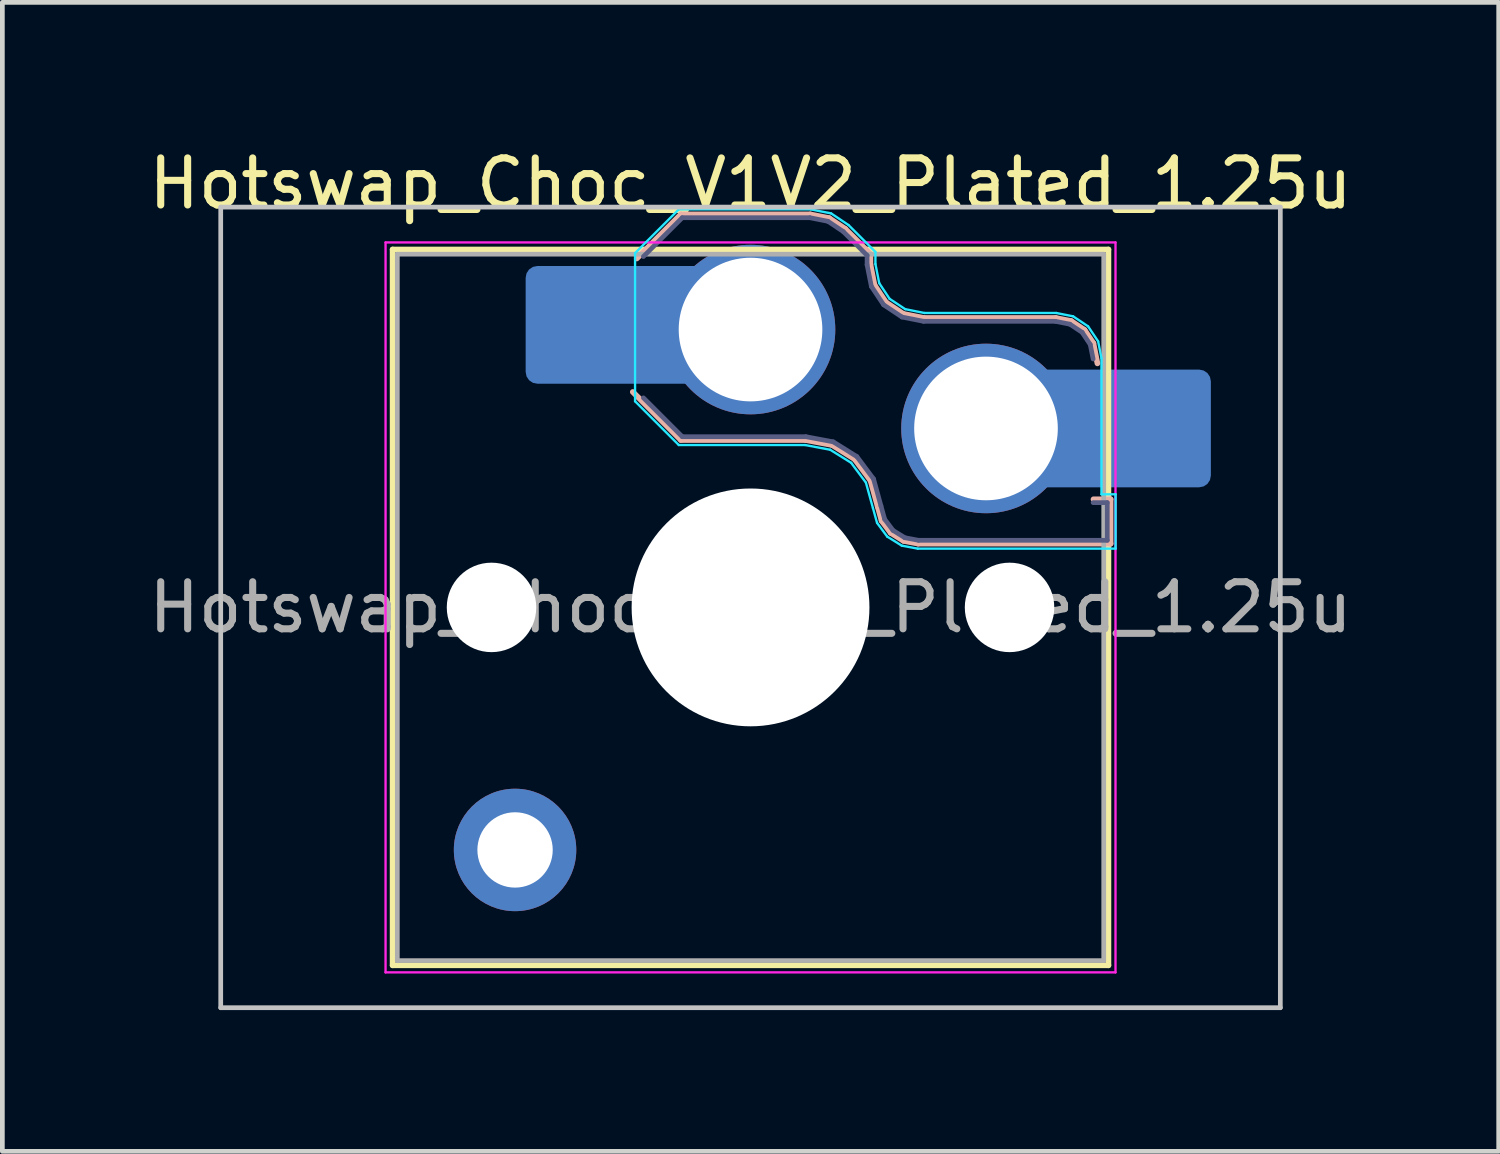
<source format=kicad_pcb>
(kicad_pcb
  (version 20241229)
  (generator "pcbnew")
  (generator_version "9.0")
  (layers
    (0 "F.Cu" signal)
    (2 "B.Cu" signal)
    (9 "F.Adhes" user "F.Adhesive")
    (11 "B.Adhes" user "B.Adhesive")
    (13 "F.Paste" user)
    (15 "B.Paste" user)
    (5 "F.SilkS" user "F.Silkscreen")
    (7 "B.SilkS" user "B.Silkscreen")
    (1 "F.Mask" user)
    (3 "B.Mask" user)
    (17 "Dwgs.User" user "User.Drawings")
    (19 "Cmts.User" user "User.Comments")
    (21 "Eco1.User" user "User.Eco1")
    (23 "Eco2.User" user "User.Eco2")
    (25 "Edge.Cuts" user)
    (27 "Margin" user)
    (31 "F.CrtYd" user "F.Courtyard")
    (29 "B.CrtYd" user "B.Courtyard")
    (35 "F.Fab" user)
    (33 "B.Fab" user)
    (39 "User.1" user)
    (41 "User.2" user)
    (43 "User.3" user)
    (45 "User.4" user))
  (footprint "Hotswap_Choc_V1V2_Plated_1.25u"
    (layer "F.Cu")
    (at 12.887 9.848)
    (property "Reference" "Hotswap_Choc_V1V2_Plated_1.25u" (at 0 -9 0) (layer "F.SilkS") (effects (font (size 1 1) (thickness 0.15))))
    (attr smd)
    (fp_line (start -7.6 -7.6) (end -7.6 7.6) (stroke (width 0.12) (type solid)) (layer "F.SilkS"))
    (fp_line (start -7.6 7.6) (end 7.6 7.6) (stroke (width 0.12) (type solid)) (layer "F.SilkS"))
    (fp_line (start 7.6 -7.6) (end -7.6 -7.6) (stroke (width 0.12) (type solid)) (layer "F.SilkS"))
    (fp_line (start 7.6 7.6) (end 7.6 -7.6) (stroke (width 0.12) (type solid)) (layer "F.SilkS"))
    (fp_line (start -2.416 -7.409) (end -1.479 -8.346) (stroke (width 0.12) (type solid)) (layer "B.SilkS"))
    (fp_line (start -1.479 -8.346) (end 1.268 -8.346) (stroke (width 0.12) (type solid)) (layer "B.SilkS"))
    (fp_line (start -1.479 -3.554) (end -2.5 -4.575) (stroke (width 0.12) (type solid)) (layer "B.SilkS"))
    (fp_line (start 1.168 -3.554) (end -1.479 -3.554) (stroke (width 0.12) (type solid)) (layer "B.SilkS"))
    (fp_line (start 1.268 -8.346) (end 1.671 -8.266) (stroke (width 0.12) (type solid)) (layer "B.SilkS"))
    (fp_line (start 1.671 -8.266) (end 2.013 -8.037) (stroke (width 0.12) (type solid)) (layer "B.SilkS"))
    (fp_line (start 1.73 -3.449) (end 1.168 -3.554) (stroke (width 0.12) (type solid)) (layer "B.SilkS"))
    (fp_line (start 2.013 -8.037) (end 2.546 -7.504) (stroke (width 0.12) (type solid)) (layer "B.SilkS"))
    (fp_line (start 2.209 -3.15) (end 1.73 -3.449) (stroke (width 0.12) (type solid)) (layer "B.SilkS"))
    (fp_line (start 2.546 -7.504) (end 2.546 -7.282) (stroke (width 0.12) (type solid)) (layer "B.SilkS"))
    (fp_line (start 2.546 -7.282) (end 2.633 -6.844) (stroke (width 0.12) (type solid)) (layer "B.SilkS"))
    (fp_line (start 2.547 -2.697) (end 2.209 -3.15) (stroke (width 0.12) (type solid)) (layer "B.SilkS"))
    (fp_line (start 2.633 -6.844) (end 2.877 -6.477) (stroke (width 0.12) (type solid)) (layer "B.SilkS"))
    (fp_line (start 2.701 -2.139) (end 2.547 -2.697) (stroke (width 0.12) (type solid)) (layer "B.SilkS"))
    (fp_line (start 2.783 -1.841) (end 2.701 -2.139) (stroke (width 0.12) (type solid)) (layer "B.SilkS"))
    (fp_line (start 2.877 -6.477) (end 3.244 -6.233) (stroke (width 0.12) (type solid)) (layer "B.SilkS"))
    (fp_line (start 2.976 -1.583) (end 2.783 -1.841) (stroke (width 0.12) (type solid)) (layer "B.SilkS"))
    (fp_line (start 3.244 -6.233) (end 3.682 -6.146) (stroke (width 0.12) (type solid)) (layer "B.SilkS"))
    (fp_line (start 3.25 -1.413) (end 2.976 -1.583) (stroke (width 0.12) (type solid)) (layer "B.SilkS"))
    (fp_line (start 3.56 -1.354) (end 3.25 -1.413) (stroke (width 0.12) (type solid)) (layer "B.SilkS"))
    (fp_line (start 3.682 -6.146) (end 6.482 -6.146) (stroke (width 0.12) (type solid)) (layer "B.SilkS"))
    (fp_line (start 6.482 -6.146) (end 6.809 -6.081) (stroke (width 0.12) (type solid)) (layer "B.SilkS"))
    (fp_line (start 6.809 -6.081) (end 7.092 -5.892) (stroke (width 0.12) (type solid)) (layer "B.SilkS"))
    (fp_line (start 7.092 -5.892) (end 7.281 -5.609) (stroke (width 0.12) (type solid)) (layer "B.SilkS"))
    (fp_line (start 7.281 -5.609) (end 7.366 -5.182) (stroke (width 0.12) (type solid)) (layer "B.SilkS"))
    (fp_line (start 7.283 -2.296) (end 7.646 -2.296) (stroke (width 0.12) (type solid)) (layer "B.SilkS"))
    (fp_line (start 7.646 -2.296) (end 7.646 -1.354) (stroke (width 0.12) (type solid)) (layer "B.SilkS"))
    (fp_line (start 7.646 -1.354) (end 3.56 -1.354) (stroke (width 0.12) (type solid)) (layer "B.SilkS"))
    (fp_line (start -11.25 -8.5) (end -11.25 8.5) (stroke (width 0.1) (type solid)) (layer "Dwgs.User"))
    (fp_line (start -11.25 8.5) (end 11.25 8.5) (stroke (width 0.1) (type solid)) (layer "Dwgs.User"))
    (fp_line (start 11.25 -8.5) (end -11.25 -8.5) (stroke (width 0.1) (type solid)) (layer "Dwgs.User"))
    (fp_line (start 11.25 8.5) (end 11.25 -8.5) (stroke (width 0.1) (type solid)) (layer "Dwgs.User"))
    (fp_line (start -7.25 -7.25) (end -7.25 7.25) (stroke (width 0.1) (type solid)) (layer "Eco1.User"))
    (fp_line (start -7.25 7.25) (end 7.25 7.25) (stroke (width 0.1) (type solid)) (layer "Eco1.User"))
    (fp_line (start 7.25 -7.25) (end -7.25 -7.25) (stroke (width 0.1) (type solid)) (layer "Eco1.User"))
    (fp_line (start 7.25 7.25) (end 7.25 -7.25) (stroke (width 0.1) (type solid)) (layer "Eco1.User"))
    (fp_line (start -2.452 -7.523) (end -1.523 -8.452) (stroke (width 0.05) (type solid)) (layer "B.CrtYd"))
    (fp_line (start -2.452 -4.377) (end -2.452 -7.523) (stroke (width 0.05) (type solid)) (layer "B.CrtYd"))
    (fp_line (start -1.523 -8.452) (end 1.278 -8.452) (stroke (width 0.05) (type solid)) (layer "B.CrtYd"))
    (fp_line (start -1.523 -3.448) (end -2.452 -4.377) (stroke (width 0.05) (type solid)) (layer "B.CrtYd"))
    (fp_line (start 1.159 -3.448) (end -1.523 -3.448) (stroke (width 0.05) (type solid)) (layer "B.CrtYd"))
    (fp_line (start 1.278 -8.452) (end 1.712 -8.366) (stroke (width 0.05) (type solid)) (layer "B.CrtYd"))
    (fp_line (start 1.691 -3.348) (end 1.159 -3.448) (stroke (width 0.05) (type solid)) (layer "B.CrtYd"))
    (fp_line (start 1.712 -8.366) (end 2.081 -8.119) (stroke (width 0.05) (type solid)) (layer "B.CrtYd"))
    (fp_line (start 2.081 -8.119) (end 2.652 -7.548) (stroke (width 0.05) (type solid)) (layer "B.CrtYd"))
    (fp_line (start 2.136 -3.071) (end 1.691 -3.348) (stroke (width 0.05) (type solid)) (layer "B.CrtYd"))
    (fp_line (start 2.45 -2.65) (end 2.136 -3.071) (stroke (width 0.05) (type solid)) (layer "B.CrtYd"))
    (fp_line (start 2.599 -2.111) (end 2.45 -2.65) (stroke (width 0.05) (type solid)) (layer "B.CrtYd"))
    (fp_line (start 2.652 -7.548) (end 2.652 -7.292) (stroke (width 0.05) (type solid)) (layer "B.CrtYd"))
    (fp_line (start 2.652 -7.292) (end 2.733 -6.885) (stroke (width 0.05) (type solid)) (layer "B.CrtYd"))
    (fp_line (start 2.687 -1.794) (end 2.599 -2.111) (stroke (width 0.05) (type solid)) (layer "B.CrtYd"))
    (fp_line (start 2.733 -6.885) (end 2.953 -6.553) (stroke (width 0.05) (type solid)) (layer "B.CrtYd"))
    (fp_line (start 2.903 -1.503) (end 2.687 -1.794) (stroke (width 0.05) (type solid)) (layer "B.CrtYd"))
    (fp_line (start 2.953 -6.553) (end 3.285 -6.333) (stroke (width 0.05) (type solid)) (layer "B.CrtYd"))
    (fp_line (start 3.211 -1.312) (end 2.903 -1.503) (stroke (width 0.05) (type solid)) (layer "B.CrtYd"))
    (fp_line (start 3.285 -6.333) (end 3.692 -6.252) (stroke (width 0.05) (type solid)) (layer "B.CrtYd"))
    (fp_line (start 3.55 -1.248) (end 3.211 -1.312) (stroke (width 0.05) (type solid)) (layer "B.CrtYd"))
    (fp_line (start 3.692 -6.252) (end 6.492 -6.252) (stroke (width 0.05) (type solid)) (layer "B.CrtYd"))
    (fp_line (start 6.492 -6.252) (end 6.85 -6.181) (stroke (width 0.05) (type solid)) (layer "B.CrtYd"))
    (fp_line (start 6.85 -6.181) (end 7.168 -5.968) (stroke (width 0.05) (type solid)) (layer "B.CrtYd"))
    (fp_line (start 7.168 -5.968) (end 7.381 -5.65) (stroke (width 0.05) (type solid)) (layer "B.CrtYd"))
    (fp_line (start 7.381 -5.65) (end 7.452 -5.292) (stroke (width 0.05) (type solid)) (layer "B.CrtYd"))
    (fp_line (start 7.452 -5.292) (end 7.452 -2.402) (stroke (width 0.05) (type solid)) (layer "B.CrtYd"))
    (fp_line (start 7.452 -2.402) (end 7.752 -2.402) (stroke (width 0.05) (type solid)) (layer "B.CrtYd"))
    (fp_line (start 7.752 -2.402) (end 7.752 -1.248) (stroke (width 0.05) (type solid)) (layer "B.CrtYd"))
    (fp_line (start 7.752 -1.248) (end 3.55 -1.248) (stroke (width 0.05) (type solid)) (layer "B.CrtYd"))
    (fp_line (start -7.75 -7.75) (end -7.75 7.75) (stroke (width 0.05) (type solid)) (layer "F.CrtYd"))
    (fp_line (start -7.75 7.75) (end 7.75 7.75) (stroke (width 0.05) (type solid)) (layer "F.CrtYd"))
    (fp_line (start 7.75 -7.75) (end -7.75 -7.75) (stroke (width 0.05) (type solid)) (layer "F.CrtYd"))
    (fp_line (start 7.75 7.75) (end 7.75 -7.75) (stroke (width 0.05) (type solid)) (layer "F.CrtYd"))
    (fp_line (start -2.275 -7.45) (end -1.45 -8.275) (stroke (width 0.1) (type solid)) (layer "B.Fab"))
    (fp_line (start -1.45 -8.275) (end 1.261 -8.275) (stroke (width 0.1) (type solid)) (layer "B.Fab"))
    (fp_line (start -1.45 -3.625) (end -2.275 -4.45) (stroke (width 0.1) (type solid)) (layer "B.Fab"))
    (fp_line (start 1.175 -3.625) (end -1.45 -3.625) (stroke (width 0.1) (type solid)) (layer "B.Fab"))
    (fp_line (start 1.261 -8.275) (end 1.643 -8.199) (stroke (width 0.1) (type solid)) (layer "B.Fab"))
    (fp_line (start 1.643 -8.199) (end 1.968 -7.982) (stroke (width 0.1) (type solid)) (layer "B.Fab"))
    (fp_line (start 1.756 -3.516) (end 1.175 -3.625) (stroke (width 0.1) (type solid)) (layer "B.Fab"))
    (fp_line (start 1.968 -7.982) (end 2.475 -7.475) (stroke (width 0.1) (type solid)) (layer "B.Fab"))
    (fp_line (start 2.258 -3.203) (end 1.756 -3.516) (stroke (width 0.1) (type solid)) (layer "B.Fab"))
    (fp_line (start 2.475 -7.475) (end 2.475 -7.275) (stroke (width 0.1) (type solid)) (layer "B.Fab"))
    (fp_line (start 2.475 -7.275) (end 2.566 -6.816) (stroke (width 0.1) (type solid)) (layer "B.Fab"))
    (fp_line (start 2.566 -6.816) (end 2.826 -6.426) (stroke (width 0.1) (type solid)) (layer "B.Fab"))
    (fp_line (start 2.612 -2.729) (end 2.258 -3.203) (stroke (width 0.1) (type solid)) (layer "B.Fab"))
    (fp_line (start 2.769 -2.158) (end 2.612 -2.729) (stroke (width 0.1) (type solid)) (layer "B.Fab"))
    (fp_line (start 2.826 -6.426) (end 3.216 -6.166) (stroke (width 0.1) (type solid)) (layer "B.Fab"))
    (fp_line (start 2.848 -1.873) (end 2.769 -2.158) (stroke (width 0.1) (type solid)) (layer "B.Fab"))
    (fp_line (start 3.025 -1.636) (end 2.848 -1.873) (stroke (width 0.1) (type solid)) (layer "B.Fab"))
    (fp_line (start 3.216 -6.166) (end 3.675 -6.075) (stroke (width 0.1) (type solid)) (layer "B.Fab"))
    (fp_line (start 3.276 -1.48) (end 3.025 -1.636) (stroke (width 0.1) (type solid)) (layer "B.Fab"))
    (fp_line (start 3.567 -1.425) (end 3.276 -1.48) (stroke (width 0.1) (type solid)) (layer "B.Fab"))
    (fp_line (start 3.675 -6.075) (end 6.475 -6.075) (stroke (width 0.1) (type solid)) (layer "B.Fab"))
    (fp_line (start 6.475 -6.075) (end 6.781 -6.014) (stroke (width 0.1) (type solid)) (layer "B.Fab"))
    (fp_line (start 6.781 -6.014) (end 7.041 -5.841) (stroke (width 0.1) (type solid)) (layer "B.Fab"))
    (fp_line (start 7.041 -5.841) (end 7.214 -5.581) (stroke (width 0.1) (type solid)) (layer "B.Fab"))
    (fp_line (start 7.214 -5.581) (end 7.275 -5.275) (stroke (width 0.1) (type solid)) (layer "B.Fab"))
    (fp_line (start 7.275 -2.225) (end 7.575 -2.225) (stroke (width 0.1) (type solid)) (layer "B.Fab"))
    (fp_line (start 7.575 -2.225) (end 7.575 -1.425) (stroke (width 0.1) (type solid)) (layer "B.Fab"))
    (fp_line (start 7.575 -1.425) (end 3.567 -1.425) (stroke (width 0.1) (type solid)) (layer "B.Fab"))
    (fp_line (start -7.5 -7.5) (end -7.5 7.5) (stroke (width 0.1) (type solid)) (layer "F.Fab"))
    (fp_line (start -7.5 7.5) (end 7.5 7.5) (stroke (width 0.1) (type solid)) (layer "F.Fab"))
    (fp_line (start 7.5 -7.5) (end -7.5 -7.5) (stroke (width 0.1) (type solid)) (layer "F.Fab"))
    (fp_line (start 7.5 7.5) (end 7.5 -7.5) (stroke (width 0.1) (type solid)) (layer "F.Fab"))
    (fp_text user "${REFERENCE}" (at 0 0 0) (layer "F.Fab") (effects (font (size 1 1) (thickness 0.15))))
    (pad "" np_thru_hole circle (at -5.5 0) (size 1.9 1.9) (drill 1.9) (layers "*.Cu" "*.Mask"))
    (pad "" thru_hole circle (at -5 5.15) (size 2.6 2.6) (drill 1.6) (layers "*.Cu" "*.Mask"))
    (pad "" smd roundrect (at -3.5 -6) (size 2.55 2.5) (layers "B.Mask" "B.Paste") (roundrect_rratio 0.1))
    (pad "" np_thru_hole circle (at 0 0) (size 5.05 5.05) (drill 5.05) (layers "*.Cu" "*.Mask"))
    (pad "" np_thru_hole circle (at 5.5 0) (size 1.9 1.9) (drill 1.9) (layers "*.Cu" "*.Mask"))
    (pad "" smd roundrect (at 8.5 -3.8) (size 2.55 2.5) (layers "B.Mask" "B.Paste") (roundrect_rratio 0.1))
    (pad "1" smd roundrect (at -2.85 -6) (size 3.85 2.5) (layers "B.Cu") (roundrect_rratio 0.1))
    (pad "1" thru_hole circle (at 0 -5.9) (size 3.6 3.6) (drill 3.05) (layers "*.Cu" "*.Mask"))
    (pad "2" thru_hole circle (at 5 -3.8) (size 3.6 3.6) (drill 3.05) (layers "*.Cu" "*.Mask"))
    (pad "2" smd roundrect (at 7.85 -3.8) (size 3.85 2.5) (layers "B.Cu") (roundrect_rratio 0.1)))
  (gr_rect
    (start -3 -3)
    (end 28.774 21.398)
    (stroke (width 0.1) (type default))
    (fill no)
    (layer "Edge.Cuts")))
</source>
